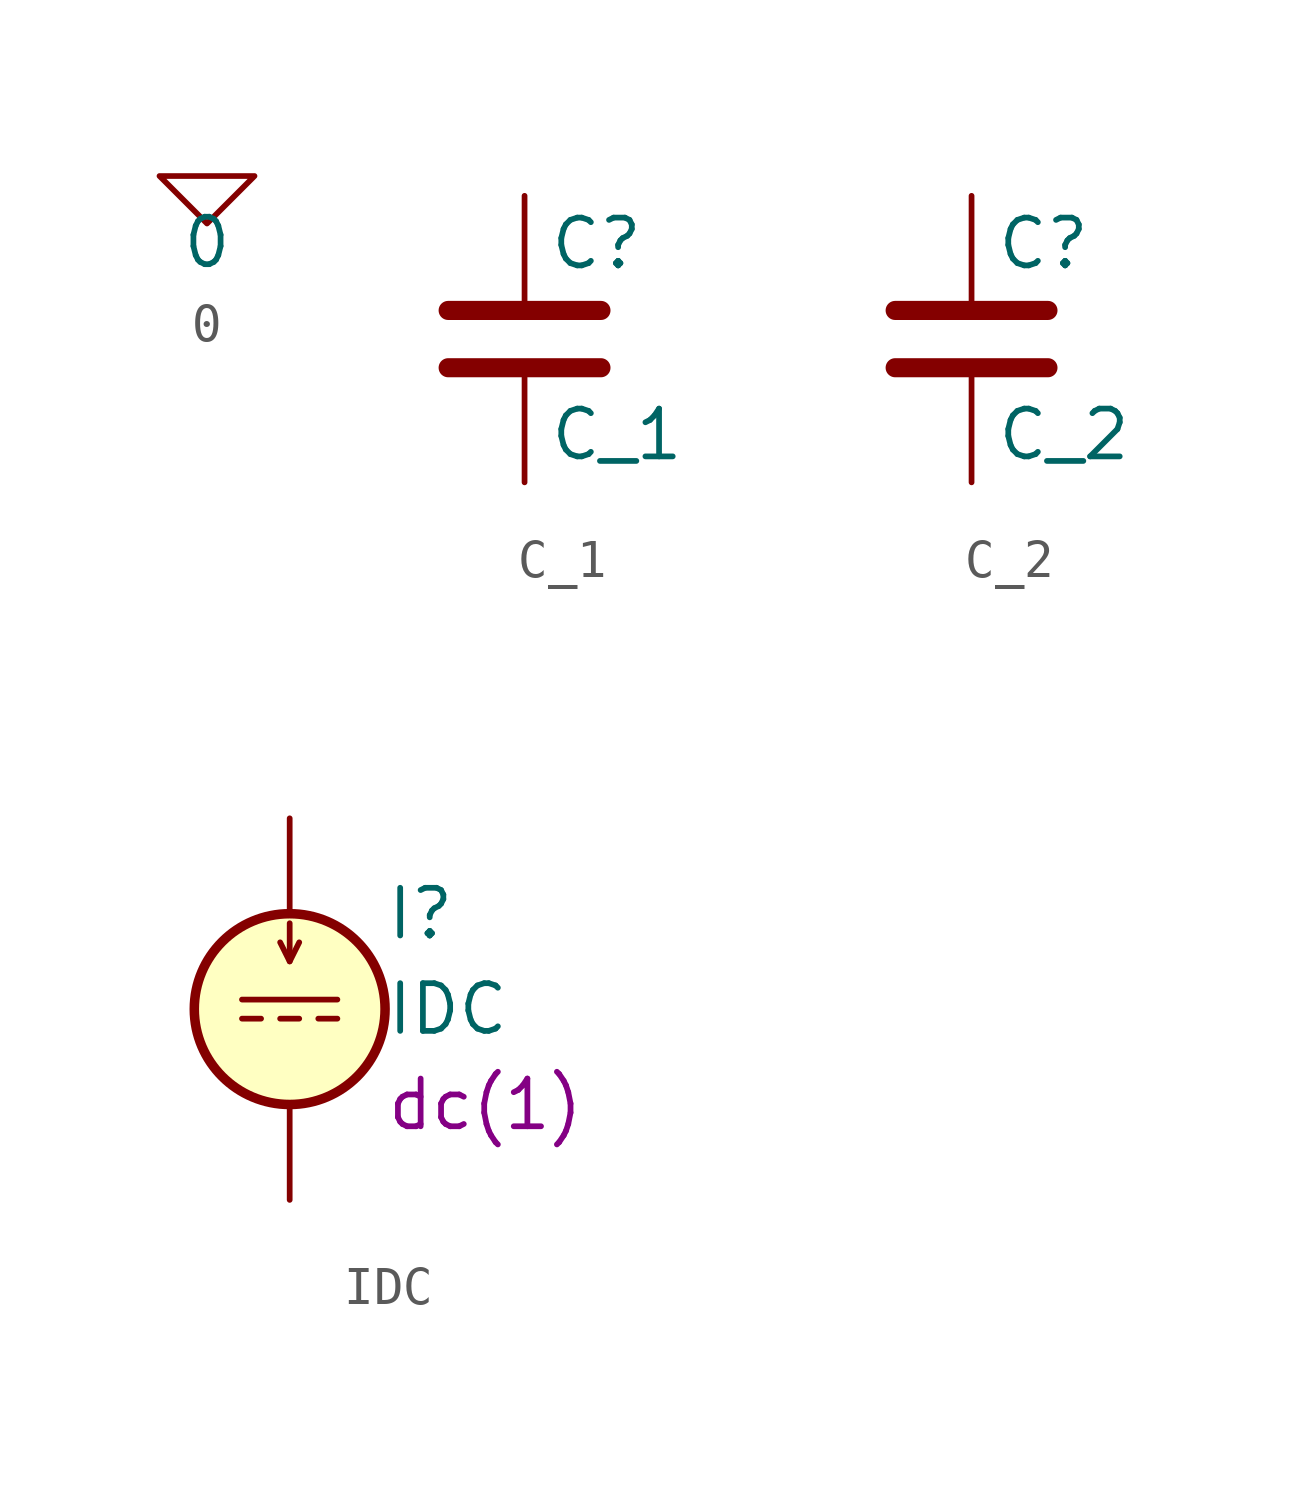
<source format=kicad_sym>
(kicad_symbol_lib
  (version 20231120)
  (generator "kicad_symbol_editor")
  (generator_version "8.0")
  (symbol "0"
    (power)
    (pin_names
      (offset 0))
    (property "Reference" "#GND"
      (at 0 -2.54 0)
      (effects (font (size 1.27 1.27)) (hide yes)))
    (property "Value" "0"
      (at 0 -1.778 0)
      (effects (font (size 1.27 1.27))))
    (symbol "0_0_1"
      (polyline (pts (xy -1.27 0) (xy 0 -1.27) (xy 1.27 0) (xy -1.27 0)) (stroke (width 0) (type default)) (fill (type none))))
    (symbol "0_1_1"
      (pin power_in line (at 0 0 0) (length 0) hide (name "0" (effects (font (size 1.016 1.016)))) (number "1" (effects (font (size 1.016 1.016)))))))
  (symbol "C_1"
    (pin_numbers hide)
    (pin_names
      (offset 0.254))
    (property "Reference" "C"
      (at 0.635 2.54 0)
      (effects (font (size 1.27 1.27)) (justify left)))
    (property "Value" "C_1"
      (at 0.635 -2.54 0)
      (effects (font (size 1.27 1.27)) (justify left)))
    (symbol "C_1_0_1"
      (polyline (pts (xy -2.032 -0.762) (xy 2.032 -0.762)) (stroke (width 0.508) (type default)) (fill (type none)))
      (polyline (pts (xy -2.032 0.762) (xy 2.032 0.762)) (stroke (width 0.508) (type default)) (fill (type none))))
    (symbol "C_1_1_1"
      (pin passive line (at 0 3.81 270) (length 2.794) (name "~" (effects (font (size 1.27 1.27)))) (number "1" (effects (font (size 1.27 1.27)))))
      (pin passive line (at 0 -3.81 90) (length 2.794) (name "~" (effects (font (size 1.27 1.27)))) (number "2" (effects (font (size 1.27 1.27)))))))
  (symbol "C_2"
    (pin_numbers hide)
    (pin_names
      (offset 0.254))
    (property "Reference" "C"
      (at 0.635 2.54 0)
      (effects (font (size 1.27 1.27)) (justify left)))
    (property "Value" "C_2"
      (at 0.635 -2.54 0)
      (effects (font (size 1.27 1.27)) (justify left)))
    (symbol "C_2_0_1"
      (polyline (pts (xy -2.032 -0.762) (xy 2.032 -0.762)) (stroke (width 0.508) (type default)) (fill (type none)))
      (polyline (pts (xy -2.032 0.762) (xy 2.032 0.762)) (stroke (width 0.508) (type default)) (fill (type none))))
    (symbol "C_2_1_1"
      (pin passive line (at 0 3.81 270) (length 2.794) (name "~" (effects (font (size 1.27 1.27)))) (number "1" (effects (font (size 1.27 1.27)))))
      (pin passive line (at 0 -3.81 90) (length 2.794) (name "~" (effects (font (size 1.27 1.27)))) (number "2" (effects (font (size 1.27 1.27)))))))
  (symbol "IDC"
    (pin_numbers hide)
    (pin_names
      (offset 0.025))
    (property "Reference" "I"
      (at 2.54 2.54 0)
      (effects (font (size 1.27 1.27)) (justify left)))
    (property "Value" "IDC"
      (at 2.54 0 0)
      (effects (font (size 1.27 1.27)) (justify left)))
    (property "Spice_Model" "dc(1)"
      (at 2.54 -2.54 0)
      (effects (font (size 1.27 1.27)) (justify left)))
    (symbol "IDC_0_0"
      (polyline (pts (xy -1.27 0.254) (xy 1.27 0.254)) (stroke (width 0) (type default)) (fill (type none)))
      (polyline (pts (xy -0.762 -0.254) (xy -1.27 -0.254)) (stroke (width 0) (type default)) (fill (type none)))
      (polyline (pts (xy 0.254 -0.254) (xy -0.254 -0.254)) (stroke (width 0) (type default)) (fill (type none)))
      (polyline (pts (xy 1.27 -0.254) (xy 0.762 -0.254)) (stroke (width 0) (type default)) (fill (type none))))
    (symbol "IDC_0_1"
      (polyline (pts (xy 0 1.27) (xy 0 2.286)) (stroke (width 0) (type default)) (fill (type none)))
      (polyline (pts (xy -0.254 1.778) (xy 0 1.27) (xy 0.254 1.778)) (stroke (width 0) (type default)) (fill (type none)))
      (circle (center 0 0) (radius 2.54) (stroke (width 0.254) (type default)) (fill (type background))))
    (symbol "IDC_1_1"
      (pin passive line (at 0 5.08 270) (length 2.54) (name "~" (effects (font (size 1.27 1.27)))) (number "1" (effects (font (size 1.27 1.27)))))
      (pin passive line (at 0 -5.08 90) (length 2.54) (name "~" (effects (font (size 1.27 1.27)))) (number "2" (effects (font (size 1.27 1.27))))))))
</source>
